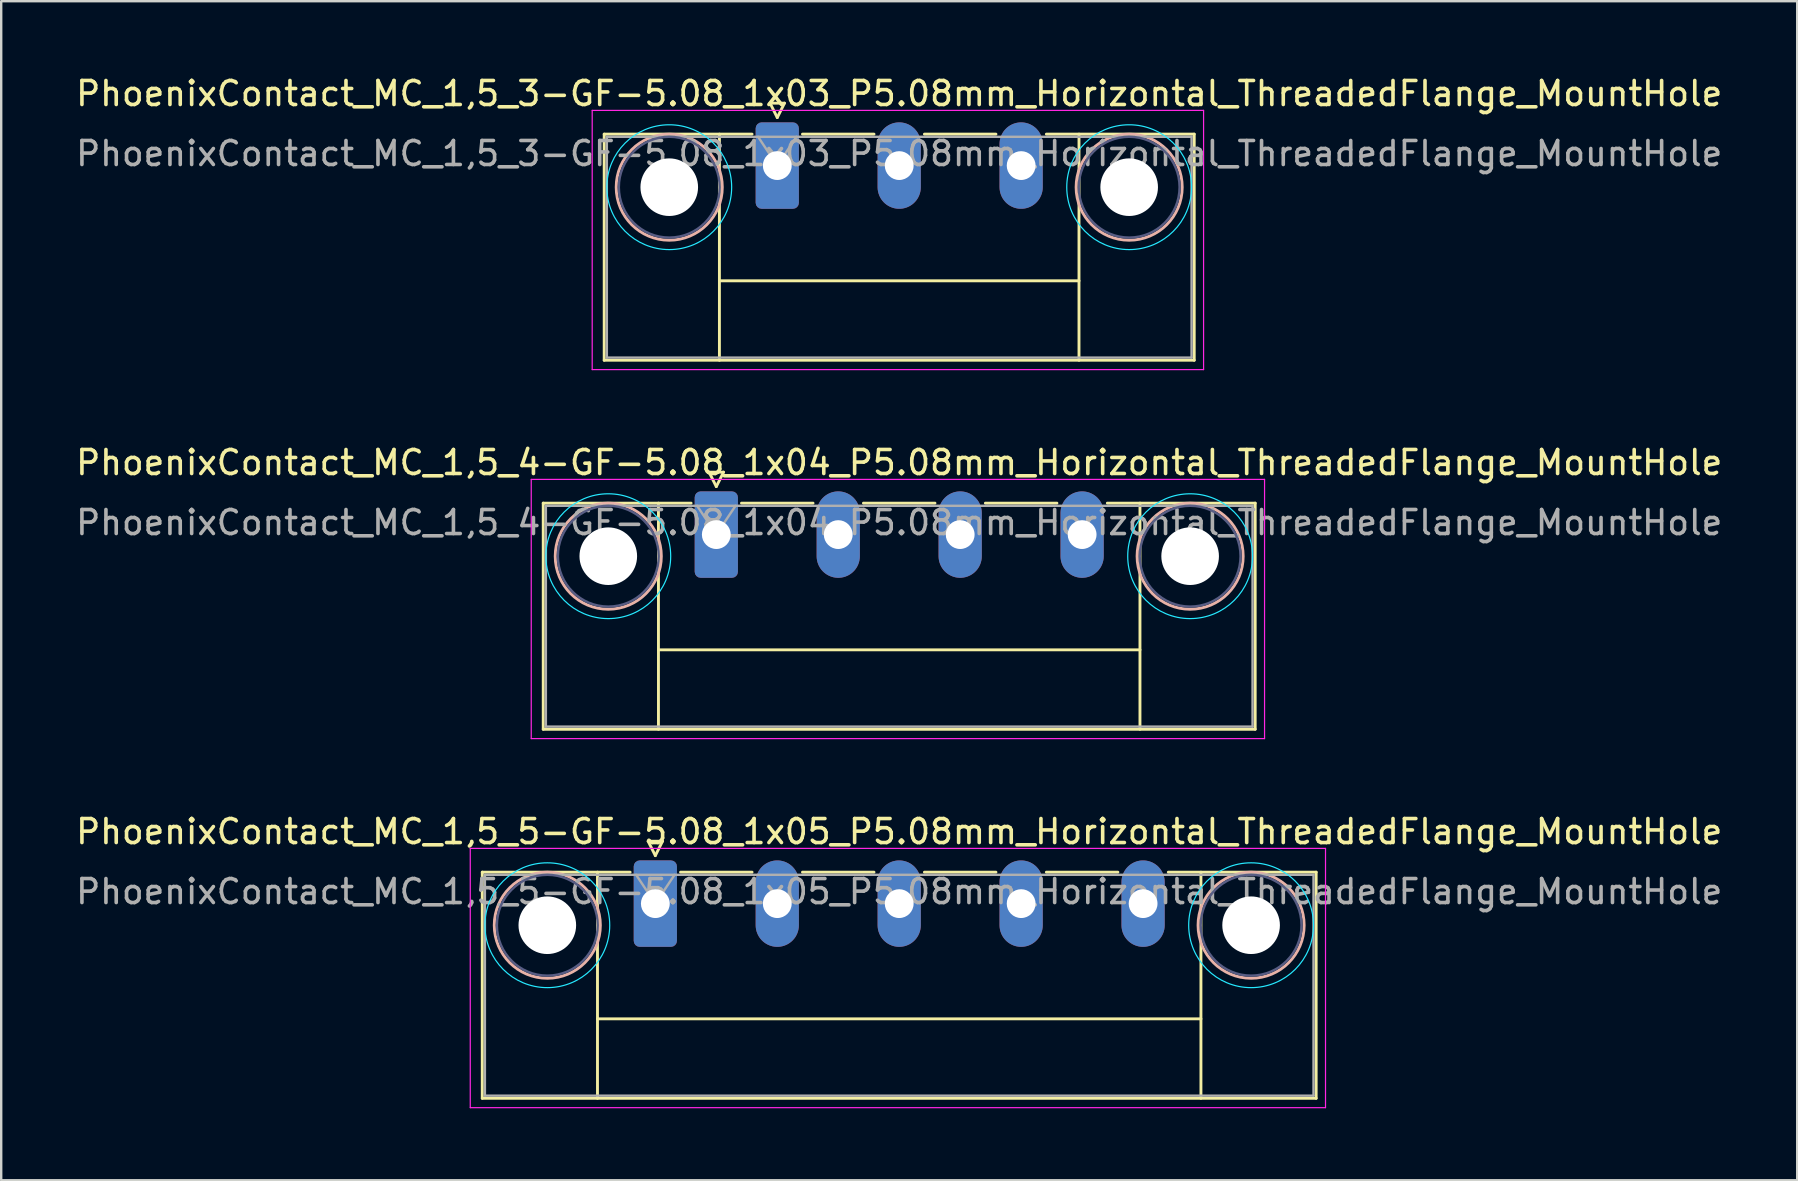
<source format=kicad_pcb>
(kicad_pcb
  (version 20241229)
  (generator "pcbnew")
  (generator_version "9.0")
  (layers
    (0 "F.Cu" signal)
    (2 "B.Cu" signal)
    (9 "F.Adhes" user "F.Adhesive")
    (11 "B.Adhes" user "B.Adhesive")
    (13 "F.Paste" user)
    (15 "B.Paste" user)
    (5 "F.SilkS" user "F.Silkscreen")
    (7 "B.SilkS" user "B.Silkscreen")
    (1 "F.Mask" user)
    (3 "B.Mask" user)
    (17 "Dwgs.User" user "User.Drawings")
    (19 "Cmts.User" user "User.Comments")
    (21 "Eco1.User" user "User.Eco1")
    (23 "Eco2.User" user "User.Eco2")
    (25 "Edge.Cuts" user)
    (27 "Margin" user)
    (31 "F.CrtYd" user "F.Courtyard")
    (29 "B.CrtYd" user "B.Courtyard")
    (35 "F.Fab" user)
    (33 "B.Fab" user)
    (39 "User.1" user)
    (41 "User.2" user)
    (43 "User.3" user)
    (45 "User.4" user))
  (footprint "PhoenixContact_MC_1,5_5-GF-5.08_1x05_P5.08mm_Horizontal_ThreadedFlange_MountHole"
    (layer "F.Cu")
    (at 24.251 34.595)
    (property "Reference" "PhoenixContact_MC_1,5_5-GF-5.08_1x05_P5.08mm_Horizontal_ThreadedFlange_MountHole" (at 10.16 -3 0) (layer "F.SilkS") (effects (font (size 1 1) (thickness 0.15))))
    (attr through_hole)
    (fp_line (start -7.21 -1.31) (end -7.21 8.11) (stroke (width 0.12) (type solid)) (layer "F.SilkS"))
    (fp_line (start -7.21 -1.31) (end -1.05 -1.31) (stroke (width 0.12) (type solid)) (layer "F.SilkS"))
    (fp_line (start -7.21 8.11) (end 27.53 8.11) (stroke (width 0.12) (type solid)) (layer "F.SilkS"))
    (fp_line (start -2.41 -1.31) (end -2.41 8.11) (stroke (width 0.12) (type solid)) (layer "F.SilkS"))
    (fp_line (start -2.41 4.8) (end 22.73 4.8) (stroke (width 0.12) (type solid)) (layer "F.SilkS"))
    (fp_line (start -0.3 -2.6) (end 0.3 -2.6) (stroke (width 0.12) (type solid)) (layer "F.SilkS"))
    (fp_line (start 0 -2) (end -0.3 -2.6) (stroke (width 0.12) (type solid)) (layer "F.SilkS"))
    (fp_line (start 0.3 -2.6) (end 0 -2) (stroke (width 0.12) (type solid)) (layer "F.SilkS"))
    (fp_line (start 1.05 -1.31) (end 4.03 -1.31) (stroke (width 0.12) (type solid)) (layer "F.SilkS"))
    (fp_line (start 6.13 -1.31) (end 9.11 -1.31) (stroke (width 0.12) (type solid)) (layer "F.SilkS"))
    (fp_line (start 11.21 -1.31) (end 14.19 -1.31) (stroke (width 0.12) (type solid)) (layer "F.SilkS"))
    (fp_line (start 16.29 -1.31) (end 19.27 -1.31) (stroke (width 0.12) (type solid)) (layer "F.SilkS"))
    (fp_line (start 22.73 -1.31) (end 22.73 8.11) (stroke (width 0.12) (type solid)) (layer "F.SilkS"))
    (fp_line (start 27.53 -1.31) (end 21.37 -1.31) (stroke (width 0.12) (type solid)) (layer "F.SilkS"))
    (fp_line (start 27.53 8.11) (end 27.53 -1.31) (stroke (width 0.12) (type solid)) (layer "F.SilkS"))
    (fp_circle (center -4.5 0.9) (end -2.29 0.9) (stroke (width 0.12) (type solid)) (fill no) (layer "B.SilkS"))
    (fp_circle (center 24.82 0.9) (end 27.03 0.9) (stroke (width 0.12) (type solid)) (fill no) (layer "B.SilkS"))
    (fp_circle (center -4.5 0.9) (end -1.9 0.9) (stroke (width 0.05) (type solid)) (fill no) (layer "B.CrtYd"))
    (fp_circle (center 24.82 0.9) (end 27.42 0.9) (stroke (width 0.05) (type solid)) (fill no) (layer "B.CrtYd"))
    (fp_line (start -7.71 -2.3) (end -7.71 8.5) (stroke (width 0.05) (type solid)) (layer "F.CrtYd"))
    (fp_line (start -7.71 8.5) (end 27.92 8.5) (stroke (width 0.05) (type solid)) (layer "F.CrtYd"))
    (fp_line (start 27.92 -2.3) (end -7.71 -2.3) (stroke (width 0.05) (type solid)) (layer "F.CrtYd"))
    (fp_line (start 27.92 8.5) (end 27.92 -2.3) (stroke (width 0.05) (type solid)) (layer "F.CrtYd"))
    (fp_circle (center -4.5 0.9) (end -2.4 0.9) (stroke (width 0.1) (type solid)) (fill no) (layer "B.Fab"))
    (fp_circle (center 24.82 0.9) (end 26.92 0.9) (stroke (width 0.1) (type solid)) (fill no) (layer "B.Fab"))
    (fp_line (start -7.1 -1.2) (end -7.1 8) (stroke (width 0.1) (type solid)) (layer "F.Fab"))
    (fp_line (start -7.1 8) (end 27.42 8) (stroke (width 0.1) (type solid)) (layer "F.Fab"))
    (fp_line (start 0 0) (end -0.8 -1.2) (stroke (width 0.1) (type solid)) (layer "F.Fab"))
    (fp_line (start 0.8 -1.2) (end 0 0) (stroke (width 0.1) (type solid)) (layer "F.Fab"))
    (fp_line (start 27.42 -1.2) (end -7.1 -1.2) (stroke (width 0.1) (type solid)) (layer "F.Fab"))
    (fp_line (start 27.42 8) (end 27.42 -1.2) (stroke (width 0.1) (type solid)) (layer "F.Fab"))
    (fp_text user "${REFERENCE}" (at 10.16 -0.5 0) (layer "F.Fab") (effects (font (size 1 1) (thickness 0.15))))
    (pad "" np_thru_hole circle (at -4.5 0.9) (size 2.4 2.4) (drill 2.4) (layers "*.Cu" "*.Mask"))
    (pad "" np_thru_hole circle (at 24.82 0.9) (size 2.4 2.4) (drill 2.4) (layers "*.Cu" "*.Mask"))
    (pad "1" thru_hole roundrect (at 0 0) (size 1.8 3.6) (drill 1.2) (layers "*.Cu" "*.Mask") (roundrect_rratio 0.139))
    (pad "2" thru_hole oval (at 5.08 0) (size 1.8 3.6) (drill 1.2) (layers "*.Cu" "*.Mask"))
    (pad "3" thru_hole oval (at 10.16 0) (size 1.8 3.6) (drill 1.2) (layers "*.Cu" "*.Mask"))
    (pad "4" thru_hole oval (at 15.24 0) (size 1.8 3.6) (drill 1.2) (layers "*.Cu" "*.Mask"))
    (pad "5" thru_hole oval (at 20.32 0) (size 1.8 3.6) (drill 1.2) (layers "*.Cu" "*.Mask")))
  (footprint "PhoenixContact_MC_1,5_3-GF-5.08_1x03_P5.08mm_Horizontal_ThreadedFlange_MountHole"
    (layer "F.Cu")
    (at 29.331 3.848)
    (property "Reference" "PhoenixContact_MC_1,5_3-GF-5.08_1x03_P5.08mm_Horizontal_ThreadedFlange_MountHole" (at 5.08 -3 0) (layer "F.SilkS") (effects (font (size 1 1) (thickness 0.15))))
    (attr through_hole)
    (fp_line (start -7.21 -1.31) (end -7.21 8.11) (stroke (width 0.12) (type solid)) (layer "F.SilkS"))
    (fp_line (start -7.21 -1.31) (end -1.05 -1.31) (stroke (width 0.12) (type solid)) (layer "F.SilkS"))
    (fp_line (start -7.21 8.11) (end 17.37 8.11) (stroke (width 0.12) (type solid)) (layer "F.SilkS"))
    (fp_line (start -2.41 -1.31) (end -2.41 8.11) (stroke (width 0.12) (type solid)) (layer "F.SilkS"))
    (fp_line (start -2.41 4.8) (end 12.57 4.8) (stroke (width 0.12) (type solid)) (layer "F.SilkS"))
    (fp_line (start -0.3 -2.6) (end 0.3 -2.6) (stroke (width 0.12) (type solid)) (layer "F.SilkS"))
    (fp_line (start 0 -2) (end -0.3 -2.6) (stroke (width 0.12) (type solid)) (layer "F.SilkS"))
    (fp_line (start 0.3 -2.6) (end 0 -2) (stroke (width 0.12) (type solid)) (layer "F.SilkS"))
    (fp_line (start 1.05 -1.31) (end 4.03 -1.31) (stroke (width 0.12) (type solid)) (layer "F.SilkS"))
    (fp_line (start 6.13 -1.31) (end 9.11 -1.31) (stroke (width 0.12) (type solid)) (layer "F.SilkS"))
    (fp_line (start 12.57 -1.31) (end 12.57 8.11) (stroke (width 0.12) (type solid)) (layer "F.SilkS"))
    (fp_line (start 17.37 -1.31) (end 11.21 -1.31) (stroke (width 0.12) (type solid)) (layer "F.SilkS"))
    (fp_line (start 17.37 8.11) (end 17.37 -1.31) (stroke (width 0.12) (type solid)) (layer "F.SilkS"))
    (fp_circle (center -4.5 0.9) (end -2.29 0.9) (stroke (width 0.12) (type solid)) (fill no) (layer "B.SilkS"))
    (fp_circle (center 14.66 0.9) (end 16.87 0.9) (stroke (width 0.12) (type solid)) (fill no) (layer "B.SilkS"))
    (fp_circle (center -4.5 0.9) (end -1.9 0.9) (stroke (width 0.05) (type solid)) (fill no) (layer "B.CrtYd"))
    (fp_circle (center 14.66 0.9) (end 17.26 0.9) (stroke (width 0.05) (type solid)) (fill no) (layer "B.CrtYd"))
    (fp_line (start -7.71 -2.3) (end -7.71 8.5) (stroke (width 0.05) (type solid)) (layer "F.CrtYd"))
    (fp_line (start -7.71 8.5) (end 17.76 8.5) (stroke (width 0.05) (type solid)) (layer "F.CrtYd"))
    (fp_line (start 17.76 -2.3) (end -7.71 -2.3) (stroke (width 0.05) (type solid)) (layer "F.CrtYd"))
    (fp_line (start 17.76 8.5) (end 17.76 -2.3) (stroke (width 0.05) (type solid)) (layer "F.CrtYd"))
    (fp_circle (center -4.5 0.9) (end -2.4 0.9) (stroke (width 0.1) (type solid)) (fill no) (layer "B.Fab"))
    (fp_circle (center 14.66 0.9) (end 16.76 0.9) (stroke (width 0.1) (type solid)) (fill no) (layer "B.Fab"))
    (fp_line (start -7.1 -1.2) (end -7.1 8) (stroke (width 0.1) (type solid)) (layer "F.Fab"))
    (fp_line (start -7.1 8) (end 17.26 8) (stroke (width 0.1) (type solid)) (layer "F.Fab"))
    (fp_line (start 0 0) (end -0.8 -1.2) (stroke (width 0.1) (type solid)) (layer "F.Fab"))
    (fp_line (start 0.8 -1.2) (end 0 0) (stroke (width 0.1) (type solid)) (layer "F.Fab"))
    (fp_line (start 17.26 -1.2) (end -7.1 -1.2) (stroke (width 0.1) (type solid)) (layer "F.Fab"))
    (fp_line (start 17.26 8) (end 17.26 -1.2) (stroke (width 0.1) (type solid)) (layer "F.Fab"))
    (fp_text user "${REFERENCE}" (at 5.08 -0.5 0) (layer "F.Fab") (effects (font (size 1 1) (thickness 0.15))))
    (pad "" np_thru_hole circle (at -4.5 0.9) (size 2.4 2.4) (drill 2.4) (layers "*.Cu" "*.Mask"))
    (pad "" np_thru_hole circle (at 14.66 0.9) (size 2.4 2.4) (drill 2.4) (layers "*.Cu" "*.Mask"))
    (pad "1" thru_hole roundrect (at 0 0) (size 1.8 3.6) (drill 1.2) (layers "*.Cu" "*.Mask") (roundrect_rratio 0.139))
    (pad "2" thru_hole oval (at 5.08 0) (size 1.8 3.6) (drill 1.2) (layers "*.Cu" "*.Mask"))
    (pad "3" thru_hole oval (at 10.16 0) (size 1.8 3.6) (drill 1.2) (layers "*.Cu" "*.Mask")))
  (footprint "PhoenixContact_MC_1,5_4-GF-5.08_1x04_P5.08mm_Horizontal_ThreadedFlange_MountHole"
    (layer "F.Cu")
    (at 26.791 19.221)
    (property "Reference" "PhoenixContact_MC_1,5_4-GF-5.08_1x04_P5.08mm_Horizontal_ThreadedFlange_MountHole" (at 7.62 -3 0) (layer "F.SilkS") (effects (font (size 1 1) (thickness 0.15))))
    (attr through_hole)
    (fp_line (start -7.21 -1.31) (end -7.21 8.11) (stroke (width 0.12) (type solid)) (layer "F.SilkS"))
    (fp_line (start -7.21 -1.31) (end -1.05 -1.31) (stroke (width 0.12) (type solid)) (layer "F.SilkS"))
    (fp_line (start -7.21 8.11) (end 22.45 8.11) (stroke (width 0.12) (type solid)) (layer "F.SilkS"))
    (fp_line (start -2.41 -1.31) (end -2.41 8.11) (stroke (width 0.12) (type solid)) (layer "F.SilkS"))
    (fp_line (start -2.41 4.8) (end 17.65 4.8) (stroke (width 0.12) (type solid)) (layer "F.SilkS"))
    (fp_line (start -0.3 -2.6) (end 0.3 -2.6) (stroke (width 0.12) (type solid)) (layer "F.SilkS"))
    (fp_line (start 0 -2) (end -0.3 -2.6) (stroke (width 0.12) (type solid)) (layer "F.SilkS"))
    (fp_line (start 0.3 -2.6) (end 0 -2) (stroke (width 0.12) (type solid)) (layer "F.SilkS"))
    (fp_line (start 1.05 -1.31) (end 4.03 -1.31) (stroke (width 0.12) (type solid)) (layer "F.SilkS"))
    (fp_line (start 6.13 -1.31) (end 9.11 -1.31) (stroke (width 0.12) (type solid)) (layer "F.SilkS"))
    (fp_line (start 11.21 -1.31) (end 14.19 -1.31) (stroke (width 0.12) (type solid)) (layer "F.SilkS"))
    (fp_line (start 17.65 -1.31) (end 17.65 8.11) (stroke (width 0.12) (type solid)) (layer "F.SilkS"))
    (fp_line (start 22.45 -1.31) (end 16.29 -1.31) (stroke (width 0.12) (type solid)) (layer "F.SilkS"))
    (fp_line (start 22.45 8.11) (end 22.45 -1.31) (stroke (width 0.12) (type solid)) (layer "F.SilkS"))
    (fp_circle (center -4.5 0.9) (end -2.29 0.9) (stroke (width 0.12) (type solid)) (fill no) (layer "B.SilkS"))
    (fp_circle (center 19.74 0.9) (end 21.95 0.9) (stroke (width 0.12) (type solid)) (fill no) (layer "B.SilkS"))
    (fp_circle (center -4.5 0.9) (end -1.9 0.9) (stroke (width 0.05) (type solid)) (fill no) (layer "B.CrtYd"))
    (fp_circle (center 19.74 0.9) (end 22.34 0.9) (stroke (width 0.05) (type solid)) (fill no) (layer "B.CrtYd"))
    (fp_line (start -7.71 -2.3) (end -7.71 8.5) (stroke (width 0.05) (type solid)) (layer "F.CrtYd"))
    (fp_line (start -7.71 8.5) (end 22.84 8.5) (stroke (width 0.05) (type solid)) (layer "F.CrtYd"))
    (fp_line (start 22.84 -2.3) (end -7.71 -2.3) (stroke (width 0.05) (type solid)) (layer "F.CrtYd"))
    (fp_line (start 22.84 8.5) (end 22.84 -2.3) (stroke (width 0.05) (type solid)) (layer "F.CrtYd"))
    (fp_circle (center -4.5 0.9) (end -2.4 0.9) (stroke (width 0.1) (type solid)) (fill no) (layer "B.Fab"))
    (fp_circle (center 19.74 0.9) (end 21.84 0.9) (stroke (width 0.1) (type solid)) (fill no) (layer "B.Fab"))
    (fp_line (start -7.1 -1.2) (end -7.1 8) (stroke (width 0.1) (type solid)) (layer "F.Fab"))
    (fp_line (start -7.1 8) (end 22.34 8) (stroke (width 0.1) (type solid)) (layer "F.Fab"))
    (fp_line (start 0 0) (end -0.8 -1.2) (stroke (width 0.1) (type solid)) (layer "F.Fab"))
    (fp_line (start 0.8 -1.2) (end 0 0) (stroke (width 0.1) (type solid)) (layer "F.Fab"))
    (fp_line (start 22.34 -1.2) (end -7.1 -1.2) (stroke (width 0.1) (type solid)) (layer "F.Fab"))
    (fp_line (start 22.34 8) (end 22.34 -1.2) (stroke (width 0.1) (type solid)) (layer "F.Fab"))
    (fp_text user "${REFERENCE}" (at 7.62 -0.5 0) (layer "F.Fab") (effects (font (size 1 1) (thickness 0.15))))
    (pad "" np_thru_hole circle (at -4.5 0.9) (size 2.4 2.4) (drill 2.4) (layers "*.Cu" "*.Mask"))
    (pad "" np_thru_hole circle (at 19.74 0.9) (size 2.4 2.4) (drill 2.4) (layers "*.Cu" "*.Mask"))
    (pad "1" thru_hole roundrect (at 0 0) (size 1.8 3.6) (drill 1.2) (layers "*.Cu" "*.Mask") (roundrect_rratio 0.139))
    (pad "2" thru_hole oval (at 5.08 0) (size 1.8 3.6) (drill 1.2) (layers "*.Cu" "*.Mask"))
    (pad "3" thru_hole oval (at 10.16 0) (size 1.8 3.6) (drill 1.2) (layers "*.Cu" "*.Mask"))
    (pad "4" thru_hole oval (at 15.24 0) (size 1.8 3.6) (drill 1.2) (layers "*.Cu" "*.Mask")))
  (gr_rect
    (start -3 -3)
    (end 71.821 46.12)
    (stroke (width 0.1) (type default))
    (fill no)
    (layer "Edge.Cuts")))
</source>
